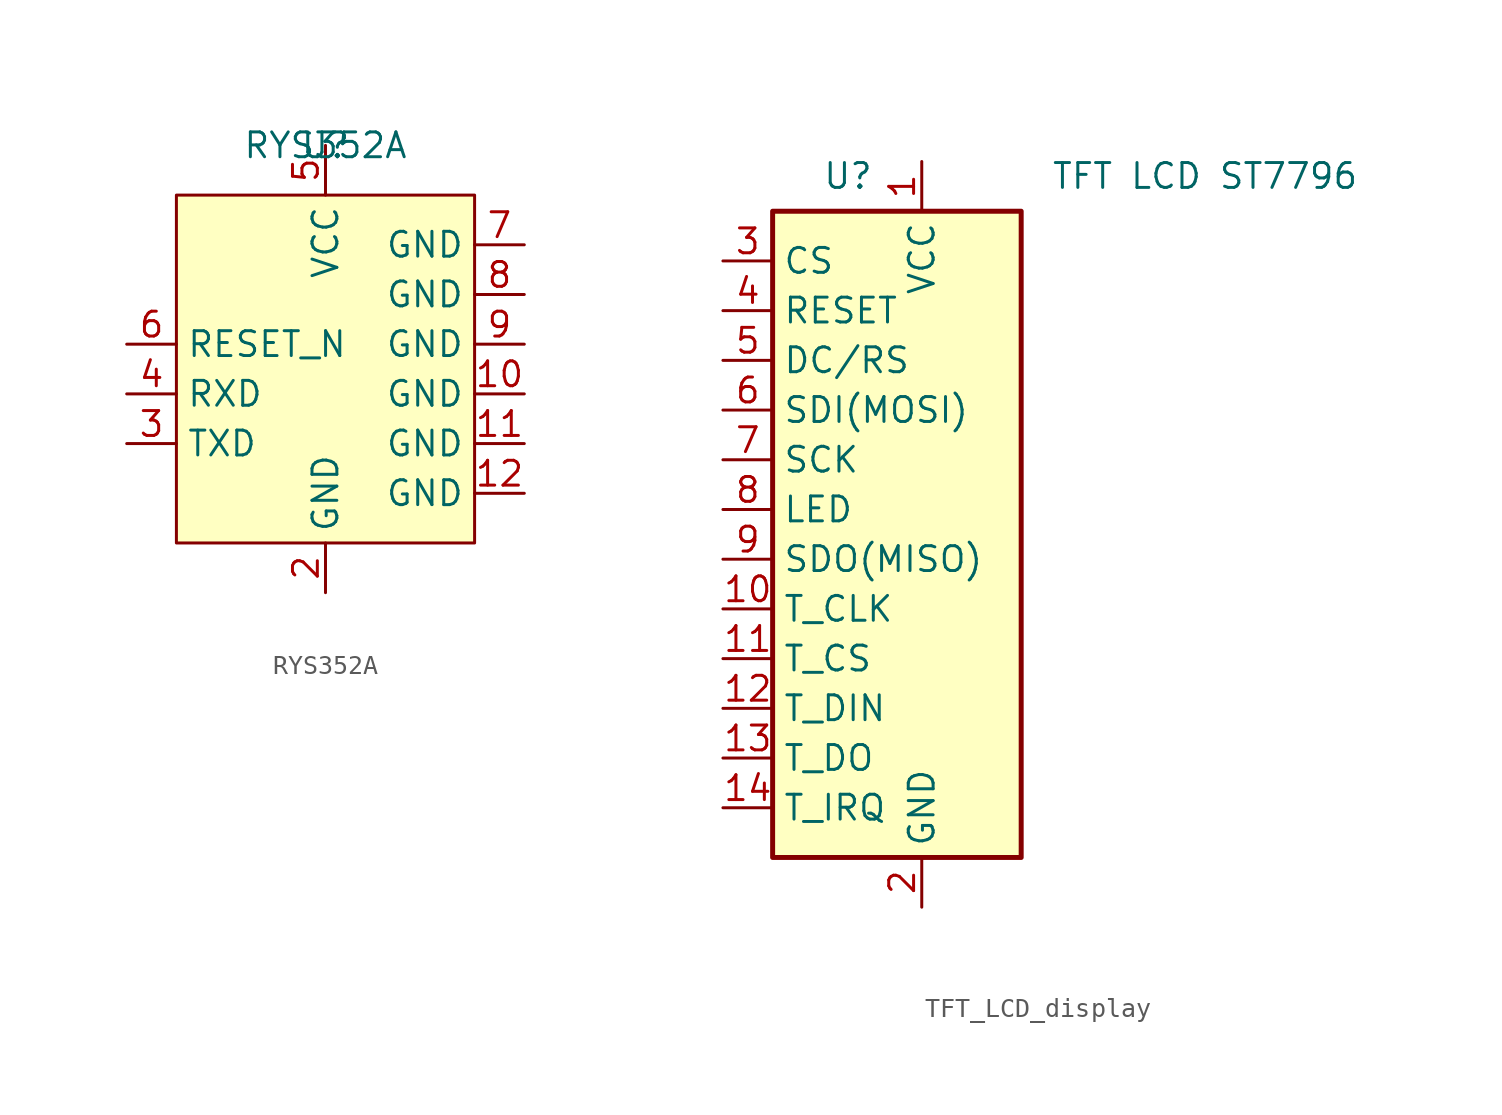
<source format=kicad_sym>
(kicad_symbol_lib
  (version 20231120)
  (generator "kicad_symbol_editor")
  (generator_version "8.0")
  (symbol "RYS352A"
    (property "Reference" "U"
      (at 0 0 0)
      (effects (font (size 1.27 1.27))))
    (property "Value" "RYS352A"
      (at 0 0 0)
      (effects (font (size 1.27 1.27))))
    (symbol "RYS352A_0_1"
      (rectangle (start -7.62 -2.54) (end 7.62 -20.32) (stroke (width 0) (type default)) (fill (type background))))
    (symbol "RYS352A_1_1"
      (pin power_in line (at 10.16 -12.7 180) (length 2.54) (name "GND" (effects (font (size 1.27 1.27)))) (number "10" (effects (font (size 1.27 1.27)))))
      (pin power_in line (at 10.16 -15.24 180) (length 2.54) (name "GND" (effects (font (size 1.27 1.27)))) (number "11" (effects (font (size 1.27 1.27)))))
      (pin power_in line (at 10.16 -17.78 180) (length 2.54) (name "GND" (effects (font (size 1.27 1.27)))) (number "12" (effects (font (size 1.27 1.27)))))
      (pin power_in line (at 0 -22.86 90) (length 2.54) (name "GND" (effects (font (size 1.27 1.27)))) (number "2" (effects (font (size 1.27 1.27)))))
      (pin output line (at -10.16 -15.24 0) (length 2.54) (name "TXD" (effects (font (size 1.27 1.27)))) (number "3" (effects (font (size 1.27 1.27)))))
      (pin input line (at -10.16 -12.7 0) (length 2.54) (name "RXD" (effects (font (size 1.27 1.27)))) (number "4" (effects (font (size 1.27 1.27)))))
      (pin power_in line (at 0 0 270) (length 2.54) (name "VCC" (effects (font (size 1.27 1.27)))) (number "5" (effects (font (size 1.27 1.27)))))
      (pin input line (at -10.16 -10.16 0) (length 2.54) (name "RESET_N" (effects (font (size 1.27 1.27)))) (number "6" (effects (font (size 1.27 1.27)))))
      (pin power_in line (at 10.16 -5.08 180) (length 2.54) (name "GND" (effects (font (size 1.27 1.27)))) (number "7" (effects (font (size 1.27 1.27)))))
      (pin power_in line (at 10.16 -7.62 180) (length 2.54) (name "GND" (effects (font (size 1.27 1.27)))) (number "8" (effects (font (size 1.27 1.27)))))
      (pin power_in line (at 10.16 -10.16 180) (length 2.54) (name "GND" (effects (font (size 1.27 1.27)))) (number "9" (effects (font (size 1.27 1.27)))))))
  (symbol "TFT_LCD_display"
    (property "Reference" "U"
      (at -7.62 10.16 0)
      (effects (font (size 1.27 1.27)) (justify left top)))
    (property "Value" "TFT LCD ST7796"
      (at 4.064 10.16 0)
      (effects (font (size 1.27 1.27)) (justify left top)))
    (symbol "TFT_LCD_display_0_1"
      (rectangle (start -10.16 7.62) (end 2.54 -25.4) (stroke (width 0.254) (type default)) (fill (type background))))
    (symbol "TFT_LCD_display_1_1"
      (pin power_in line (at -2.54 10.16 270) (length 2.54) (name "VCC" (effects (font (size 1.27 1.27)))) (number "1" (effects (font (size 1.27 1.27)))))
      (pin input line (at -12.7 -12.7 0) (length 2.54) (name "T_CLK" (effects (font (size 1.27 1.27)))) (number "10" (effects (font (size 1.27 1.27)))))
      (pin input line (at -12.7 -15.24 0) (length 2.54) (name "T_CS" (effects (font (size 1.27 1.27)))) (number "11" (effects (font (size 1.27 1.27)))))
      (pin input line (at -12.7 -17.78 0) (length 2.54) (name "T_DIN" (effects (font (size 1.27 1.27)))) (number "12" (effects (font (size 1.27 1.27)))))
      (pin output line (at -12.7 -20.32 0) (length 2.54) (name "T_DO" (effects (font (size 1.27 1.27)))) (number "13" (effects (font (size 1.27 1.27)))))
      (pin output line (at -12.7 -22.86 0) (length 2.54) (name "T_IRQ" (effects (font (size 1.27 1.27)))) (number "14" (effects (font (size 1.27 1.27)))))
      (pin power_in line (at -2.54 -27.94 90) (length 2.54) (name "GND" (effects (font (size 1.27 1.27)))) (number "2" (effects (font (size 1.27 1.27)))))
      (pin input line (at -12.7 5.08 0) (length 2.54) (name "CS" (effects (font (size 1.27 1.27)))) (number "3" (effects (font (size 1.27 1.27)))))
      (pin input line (at -12.7 2.54 0) (length 2.54) (name "RESET" (effects (font (size 1.27 1.27)))) (number "4" (effects (font (size 1.27 1.27)))))
      (pin input line (at -12.7 0 0) (length 2.54) (name "DC/RS" (effects (font (size 1.27 1.27)))) (number "5" (effects (font (size 1.27 1.27)))))
      (pin input line (at -12.7 -2.54 0) (length 2.54) (name "SDI(MOSI)" (effects (font (size 1.27 1.27)))) (number "6" (effects (font (size 1.27 1.27)))))
      (pin input line (at -12.7 -5.08 0) (length 2.54) (name "SCK" (effects (font (size 1.27 1.27)))) (number "7" (effects (font (size 1.27 1.27)))))
      (pin input line (at -12.7 -7.62 0) (length 2.54) (name "LED" (effects (font (size 1.27 1.27)))) (number "8" (effects (font (size 1.27 1.27)))))
      (pin output line (at -12.7 -10.16 0) (length 2.54) (name "SDO(MISO)" (effects (font (size 1.27 1.27)))) (number "9" (effects (font (size 1.27 1.27))))))))
</source>
